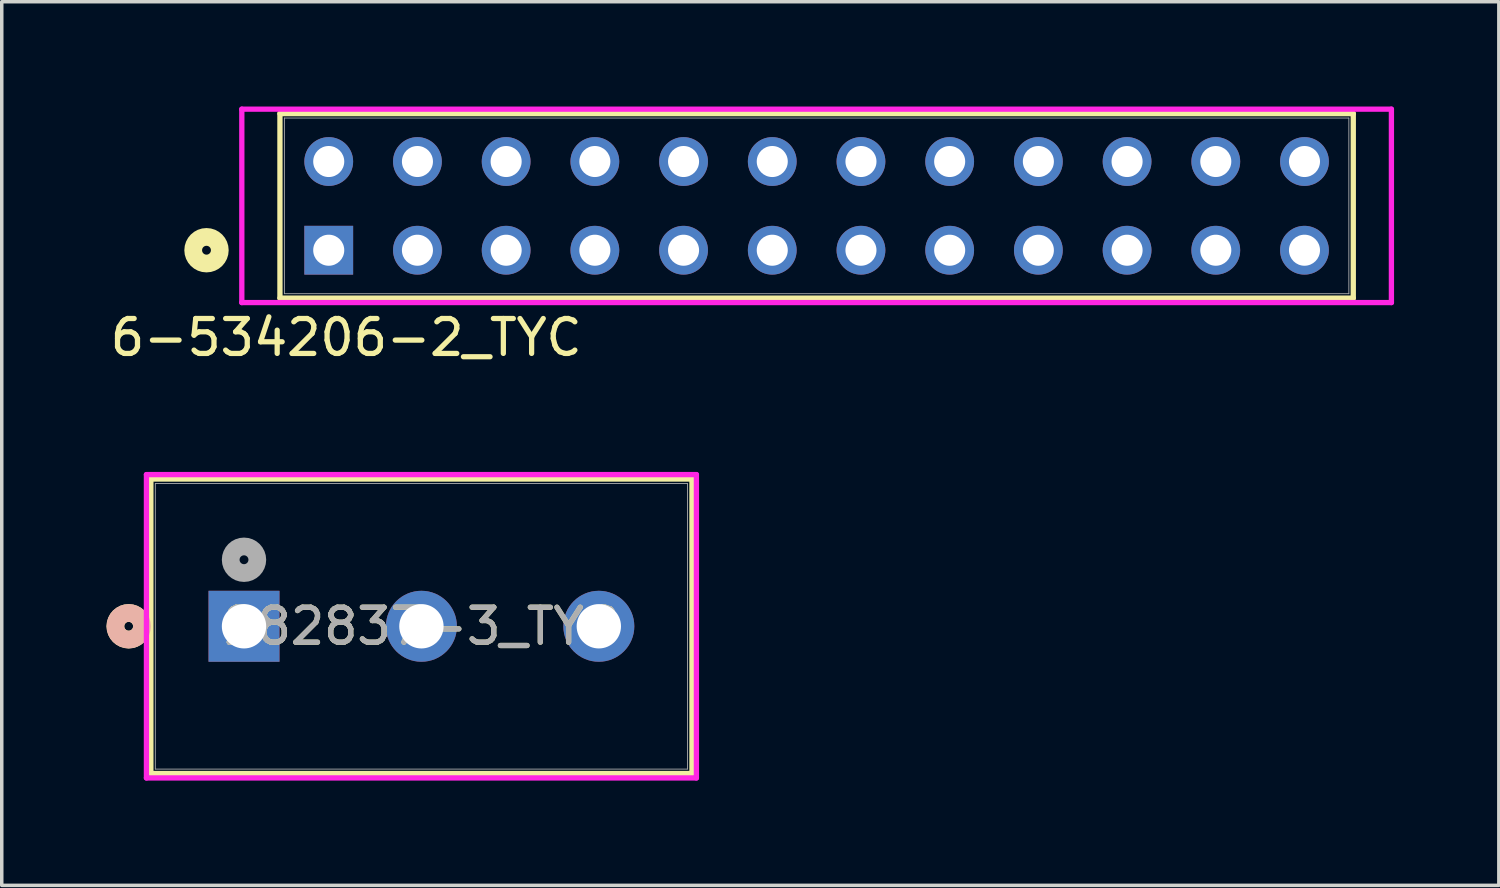
<source format=kicad_pcb>
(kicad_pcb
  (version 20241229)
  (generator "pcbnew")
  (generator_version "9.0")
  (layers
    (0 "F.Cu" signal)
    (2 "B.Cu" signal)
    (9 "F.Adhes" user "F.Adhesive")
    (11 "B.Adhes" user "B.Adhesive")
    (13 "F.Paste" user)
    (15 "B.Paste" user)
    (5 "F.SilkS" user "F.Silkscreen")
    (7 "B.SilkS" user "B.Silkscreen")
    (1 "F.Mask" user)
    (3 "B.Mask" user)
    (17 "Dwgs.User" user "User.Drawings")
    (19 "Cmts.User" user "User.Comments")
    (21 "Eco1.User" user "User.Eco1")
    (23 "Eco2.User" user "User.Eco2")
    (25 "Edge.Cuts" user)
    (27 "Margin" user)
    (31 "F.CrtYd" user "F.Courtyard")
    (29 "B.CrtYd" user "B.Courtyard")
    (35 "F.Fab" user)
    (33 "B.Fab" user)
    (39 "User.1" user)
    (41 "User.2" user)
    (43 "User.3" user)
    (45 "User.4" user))
  (footprint "282837-3_TYC"
    (layer "F.Cu")
    (at 3.937 14.883)
    (property "Reference" "282837-3_TYC" (at 5.08 0 0) (unlocked yes) (layer "F.SilkS") (effects (font (size 1 1) (thickness 0.15))))
    (attr through_hole)
    (fp_line (start -2.667 -4.216) (end -2.667 4.216) (stroke (width 0.152) (type solid)) (layer "F.SilkS"))
    (fp_line (start -2.667 4.216) (end 12.827 4.216) (stroke (width 0.152) (type solid)) (layer "F.SilkS"))
    (fp_line (start 12.827 -4.216) (end -2.667 -4.216) (stroke (width 0.152) (type solid)) (layer "F.SilkS"))
    (fp_line (start 12.827 4.216) (end 12.827 -4.216) (stroke (width 0.152) (type solid)) (layer "F.SilkS"))
    (fp_circle (center -3.302 0) (end -2.921 0) (stroke (width 0.508) (type solid)) (fill no) (layer "F.SilkS"))
    (fp_circle (center -3.302 0) (end -2.921 0) (stroke (width 0.508) (type solid)) (fill no) (layer "B.SilkS"))
    (fp_line (start -2.794 -4.343) (end -2.794 4.343) (stroke (width 0.152) (type solid)) (layer "F.CrtYd"))
    (fp_line (start -2.794 4.343) (end 12.954 4.343) (stroke (width 0.152) (type solid)) (layer "F.CrtYd"))
    (fp_line (start 12.954 -4.343) (end -2.794 -4.343) (stroke (width 0.152) (type solid)) (layer "F.CrtYd"))
    (fp_line (start 12.954 4.343) (end 12.954 -4.343) (stroke (width 0.152) (type solid)) (layer "F.CrtYd"))
    (fp_line (start -2.54 -4.089) (end -2.54 4.089) (stroke (width 0.025) (type solid)) (layer "F.Fab"))
    (fp_line (start -2.54 4.089) (end 12.7 4.089) (stroke (width 0.025) (type solid)) (layer "F.Fab"))
    (fp_line (start 12.7 -4.089) (end -2.54 -4.089) (stroke (width 0.025) (type solid)) (layer "F.Fab"))
    (fp_line (start 12.7 4.089) (end 12.7 -4.089) (stroke (width 0.025) (type solid)) (layer "F.Fab"))
    (fp_circle (center 0 -1.905) (end 0.381 -1.905) (stroke (width 0.508) (type solid)) (fill no) (layer "F.Fab"))
    (fp_text user "${REFERENCE}" (at 5.08 0 0) (unlocked yes) (layer "F.Fab") (effects (font (size 1 1) (thickness 0.15))))
    (pad "1" thru_hole rect (at 0 0) (size 2.032 2.032) (drill 1.27) (layers "*.Cu" "*.Mask"))
    (pad "2" thru_hole circle (at 5.08 0) (size 2.032 2.032) (drill 1.27) (layers "*.Cu" "*.Mask"))
    (pad "3" thru_hole circle (at 10.16 0) (size 2.032 2.032) (drill 1.27) (layers "*.Cu" "*.Mask")))
  (footprint "6-534206-2_TYC"
    (layer "F.Cu")
    (at 6.363 4.115)
    (property "Reference" "6-534206-2_TYC" (at 0.5 2.5 0) (unlocked yes) (layer "F.SilkS") (effects (font (size 1 1) (thickness 0.15))))
    (attr through_hole)
    (fp_line (start -1.397 -3.912) (end -1.397 1.372) (stroke (width 0.152) (type solid)) (layer "F.SilkS"))
    (fp_line (start -1.397 1.372) (end 29.337 1.372) (stroke (width 0.152) (type solid)) (layer "F.SilkS"))
    (fp_line (start 29.337 -3.912) (end -1.397 -3.912) (stroke (width 0.152) (type solid)) (layer "F.SilkS"))
    (fp_line (start 29.337 1.372) (end 29.337 -3.912) (stroke (width 0.152) (type solid)) (layer "F.SilkS"))
    (fp_circle (center -3.5 0) (end -3.119 0) (stroke (width 0.508) (type solid)) (fill no) (layer "F.SilkS"))
    (fp_line (start -2.489 -4.039) (end -2.489 1.499) (stroke (width 0.152) (type solid)) (layer "F.CrtYd"))
    (fp_line (start -2.489 1.499) (end 30.429 1.499) (stroke (width 0.152) (type solid)) (layer "F.CrtYd"))
    (fp_line (start 30.429 -4.039) (end -2.489 -4.039) (stroke (width 0.152) (type solid)) (layer "F.CrtYd"))
    (fp_line (start 30.429 1.499) (end 30.429 -4.039) (stroke (width 0.152) (type solid)) (layer "F.CrtYd"))
    (fp_line (start -1.27 -3.785) (end -1.27 1.245) (stroke (width 0.025) (type solid)) (layer "F.Fab"))
    (fp_line (start -1.27 1.245) (end 29.21 1.245) (stroke (width 0.025) (type solid)) (layer "F.Fab"))
    (fp_line (start 29.21 -3.785) (end -1.27 -3.785) (stroke (width 0.025) (type solid)) (layer "F.Fab"))
    (fp_line (start 29.21 1.245) (end 29.21 -3.785) (stroke (width 0.025) (type solid)) (layer "F.Fab"))
    (pad "1" thru_hole rect (at 0 0) (size 1.397 1.397) (drill 0.889) (layers "*.Cu" "*.Mask"))
    (pad "2" thru_hole circle (at 2.54 0) (size 1.397 1.397) (drill 0.889) (layers "*.Cu" "*.Mask"))
    (pad "3" thru_hole circle (at 5.08 0) (size 1.397 1.397) (drill 0.889) (layers "*.Cu" "*.Mask"))
    (pad "4" thru_hole circle (at 7.62 0) (size 1.397 1.397) (drill 0.889) (layers "*.Cu" "*.Mask"))
    (pad "5" thru_hole circle (at 10.16 0) (size 1.397 1.397) (drill 0.889) (layers "*.Cu" "*.Mask"))
    (pad "6" thru_hole circle (at 12.7 0) (size 1.397 1.397) (drill 0.889) (layers "*.Cu" "*.Mask"))
    (pad "7" thru_hole circle (at 15.24 0) (size 1.397 1.397) (drill 0.889) (layers "*.Cu" "*.Mask"))
    (pad "8" thru_hole circle (at 17.78 0) (size 1.397 1.397) (drill 0.889) (layers "*.Cu" "*.Mask"))
    (pad "9" thru_hole circle (at 20.32 0) (size 1.397 1.397) (drill 0.889) (layers "*.Cu" "*.Mask"))
    (pad "10" thru_hole circle (at 22.86 0) (size 1.397 1.397) (drill 0.889) (layers "*.Cu" "*.Mask"))
    (pad "11" thru_hole circle (at 25.4 0) (size 1.397 1.397) (drill 0.889) (layers "*.Cu" "*.Mask"))
    (pad "12" thru_hole circle (at 27.94 0) (size 1.397 1.397) (drill 0.889) (layers "*.Cu" "*.Mask"))
    (pad "13" thru_hole circle (at 0 -2.54) (size 1.397 1.397) (drill 0.889) (layers "*.Cu" "*.Mask"))
    (pad "14" thru_hole circle (at 2.54 -2.54) (size 1.397 1.397) (drill 0.889) (layers "*.Cu" "*.Mask"))
    (pad "15" thru_hole circle (at 5.08 -2.54) (size 1.397 1.397) (drill 0.889) (layers "*.Cu" "*.Mask"))
    (pad "16" thru_hole circle (at 7.62 -2.54) (size 1.397 1.397) (drill 0.889) (layers "*.Cu" "*.Mask"))
    (pad "17" thru_hole circle (at 10.16 -2.54) (size 1.397 1.397) (drill 0.889) (layers "*.Cu" "*.Mask"))
    (pad "18" thru_hole circle (at 12.7 -2.54) (size 1.397 1.397) (drill 0.889) (layers "*.Cu" "*.Mask"))
    (pad "19" thru_hole circle (at 15.24 -2.54) (size 1.397 1.397) (drill 0.889) (layers "*.Cu" "*.Mask"))
    (pad "20" thru_hole circle (at 17.78 -2.54) (size 1.397 1.397) (drill 0.889) (layers "*.Cu" "*.Mask"))
    (pad "21" thru_hole circle (at 20.32 -2.54) (size 1.397 1.397) (drill 0.889) (layers "*.Cu" "*.Mask"))
    (pad "22" thru_hole circle (at 22.86 -2.54) (size 1.397 1.397) (drill 0.889) (layers "*.Cu" "*.Mask"))
    (pad "23" thru_hole circle (at 25.4 -2.54) (size 1.397 1.397) (drill 0.889) (layers "*.Cu" "*.Mask"))
    (pad "24" thru_hole circle (at 27.94 -2.54) (size 1.397 1.397) (drill 0.889) (layers "*.Cu" "*.Mask")))
  (gr_rect
    (start -3 -3)
    (end 39.868 22.302)
    (stroke (width 0.1) (type default))
    (fill no)
    (layer "Edge.Cuts")))
</source>
